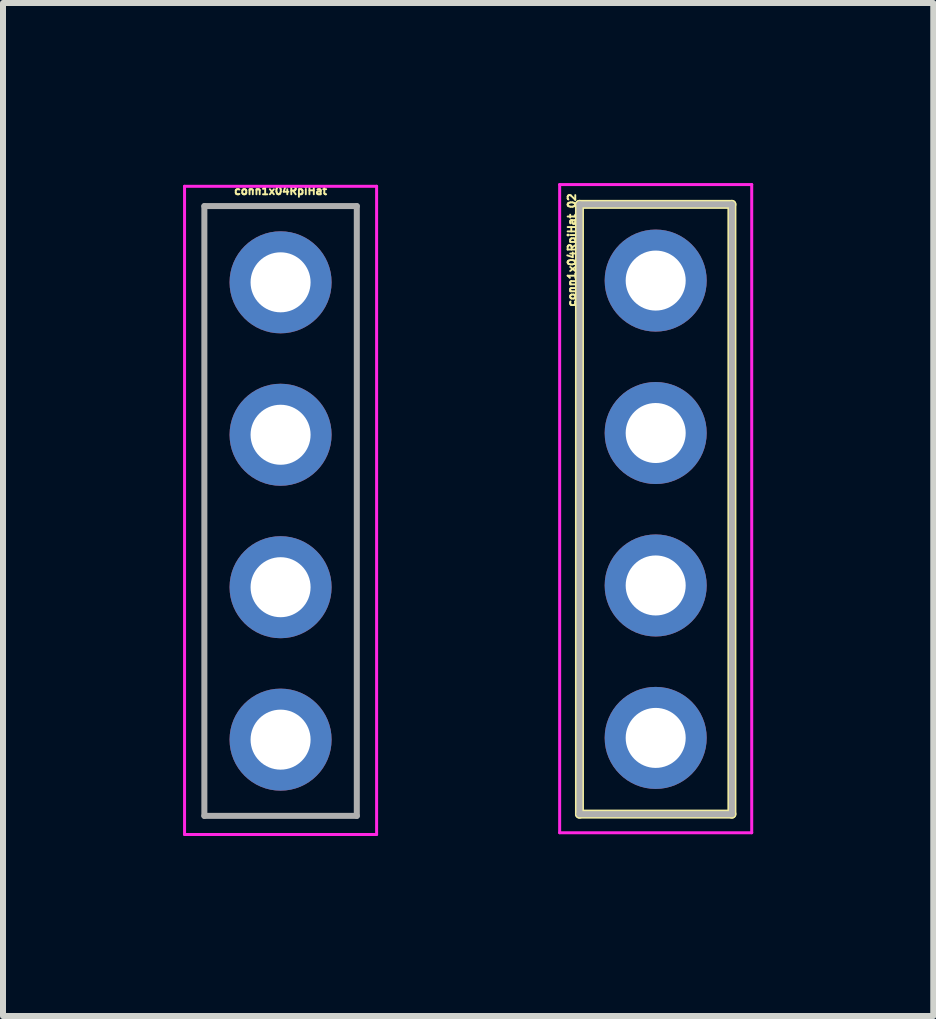
<source format=kicad_pcb>
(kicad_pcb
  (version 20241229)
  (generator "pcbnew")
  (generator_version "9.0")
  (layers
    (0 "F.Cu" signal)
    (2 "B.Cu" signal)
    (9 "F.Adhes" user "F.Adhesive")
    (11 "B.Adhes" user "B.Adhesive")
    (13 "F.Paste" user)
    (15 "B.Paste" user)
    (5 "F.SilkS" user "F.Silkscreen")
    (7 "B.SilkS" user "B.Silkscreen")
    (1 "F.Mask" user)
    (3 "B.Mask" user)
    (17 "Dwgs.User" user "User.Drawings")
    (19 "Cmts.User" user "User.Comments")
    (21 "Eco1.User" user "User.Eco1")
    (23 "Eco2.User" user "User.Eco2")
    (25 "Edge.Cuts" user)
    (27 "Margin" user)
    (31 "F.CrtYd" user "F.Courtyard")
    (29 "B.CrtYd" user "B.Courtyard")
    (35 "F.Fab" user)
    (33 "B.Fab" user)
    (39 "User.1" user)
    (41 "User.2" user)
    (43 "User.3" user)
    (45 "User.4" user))
  (footprint "conn1x04RpiHat_02"
    (layer "F.Cu")
    (at 7.875 1.625)
    (property "Reference" "conn1x04RpiHat_02" (at -1.397 -0.508 90) (layer "F.SilkS") (effects (font (size 0.127 0.127) (thickness 0.032))))
    (attr through_hole)
    (fp_line (start -1.27 -1.27) (end 1.27 -1.27) (stroke (width 0.15) (type solid)) (layer "F.SilkS"))
    (fp_line (start -1.27 8.89) (end -1.27 -1.27) (stroke (width 0.15) (type solid)) (layer "F.SilkS"))
    (fp_line (start 1.27 -1.27) (end 1.27 8.89) (stroke (width 0.15) (type solid)) (layer "F.SilkS"))
    (fp_line (start 1.27 8.89) (end -1.27 8.89) (stroke (width 0.15) (type solid)) (layer "F.SilkS"))
    (fp_line (start -1.6 -1.6) (end -1.6 9.2) (stroke (width 0.05) (type solid)) (layer "F.CrtYd"))
    (fp_line (start -1.6 9.2) (end 1.6 9.2) (stroke (width 0.05) (type solid)) (layer "F.CrtYd"))
    (fp_line (start 1.6 -1.6) (end -1.6 -1.6) (stroke (width 0.05) (type solid)) (layer "F.CrtYd"))
    (fp_line (start 1.6 9.2) (end 1.6 -1.6) (stroke (width 0.05) (type solid)) (layer "F.CrtYd"))
    (fp_line (start -1.27 -1.27) (end -1.27 8.89) (stroke (width 0.1) (type solid)) (layer "F.Fab"))
    (fp_line (start -1.27 8.89) (end 1.27 8.89) (stroke (width 0.1) (type solid)) (layer "F.Fab"))
    (fp_line (start 1.27 -1.27) (end -1.27 -1.27) (stroke (width 0.1) (type solid)) (layer "F.Fab"))
    (fp_line (start 1.27 8.89) (end 1.27 -1.27) (stroke (width 0.1) (type solid)) (layer "F.Fab"))
    (pad "1" thru_hole circle (at 0 0) (size 1.7 1.7) (drill 1) (layers "*.Cu" "*.Mask"))
    (pad "2" thru_hole oval (at 0 2.54) (size 1.7 1.7) (drill 1) (layers "*.Cu" "*.Mask"))
    (pad "3" thru_hole oval (at 0 5.08) (size 1.7 1.7) (drill 1) (layers "*.Cu" "*.Mask"))
    (pad "4" thru_hole oval (at 0 7.62) (size 1.7 1.7) (drill 1) (layers "*.Cu" "*.Mask")))
  (footprint "conn1x04RpiHat"
    (layer "F.Cu")
    (at 1.625 1.654)
    (property "Reference" "conn1x04RpiHat" (at 0 -1.524 180) (layer "F.SilkS") (effects (font (size 0.127 0.127) (thickness 0.032))))
    (attr through_hole)
    (fp_line (start -1.6 -1.6) (end -1.6 9.2) (stroke (width 0.05) (type solid)) (layer "F.CrtYd"))
    (fp_line (start -1.6 9.2) (end 1.6 9.2) (stroke (width 0.05) (type solid)) (layer "F.CrtYd"))
    (fp_line (start 1.6 -1.6) (end -1.6 -1.6) (stroke (width 0.05) (type solid)) (layer "F.CrtYd"))
    (fp_line (start 1.6 9.2) (end 1.6 -1.6) (stroke (width 0.05) (type solid)) (layer "F.CrtYd"))
    (fp_line (start -1.27 -1.27) (end -1.27 8.89) (stroke (width 0.1) (type solid)) (layer "F.Fab"))
    (fp_line (start -1.27 8.89) (end 1.27 8.89) (stroke (width 0.1) (type solid)) (layer "F.Fab"))
    (fp_line (start 1.27 -1.27) (end -1.27 -1.27) (stroke (width 0.1) (type solid)) (layer "F.Fab"))
    (fp_line (start 1.27 8.89) (end 1.27 -1.27) (stroke (width 0.1) (type solid)) (layer "F.Fab"))
    (pad "1" thru_hole circle (at 0 0) (size 1.7 1.7) (drill 1) (layers "*.Cu" "*.Mask"))
    (pad "2" thru_hole oval (at 0 2.54) (size 1.7 1.7) (drill 1) (layers "*.Cu" "*.Mask"))
    (pad "3" thru_hole oval (at 0 5.08) (size 1.7 1.7) (drill 1) (layers "*.Cu" "*.Mask"))
    (pad "4" thru_hole oval (at 0 7.62) (size 1.7 1.7) (drill 1) (layers "*.Cu" "*.Mask")))
  (gr_rect
    (start -3 -3)
    (end 12.5 13.879)
    (stroke (width 0.1) (type default))
    (fill no)
    (layer "Edge.Cuts")))
</source>
